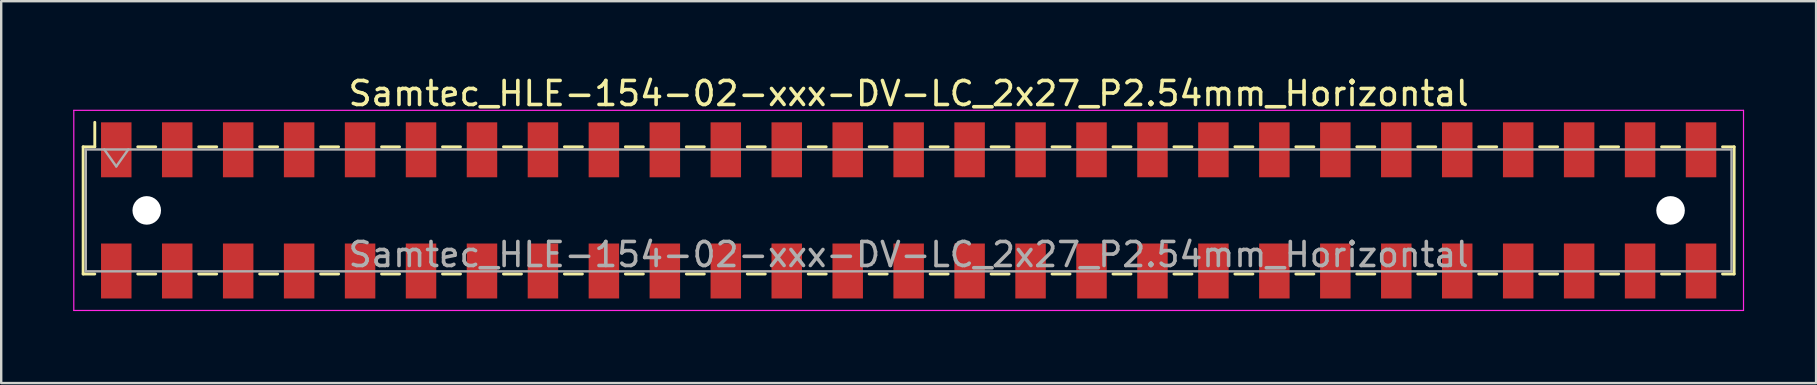
<source format=kicad_pcb>
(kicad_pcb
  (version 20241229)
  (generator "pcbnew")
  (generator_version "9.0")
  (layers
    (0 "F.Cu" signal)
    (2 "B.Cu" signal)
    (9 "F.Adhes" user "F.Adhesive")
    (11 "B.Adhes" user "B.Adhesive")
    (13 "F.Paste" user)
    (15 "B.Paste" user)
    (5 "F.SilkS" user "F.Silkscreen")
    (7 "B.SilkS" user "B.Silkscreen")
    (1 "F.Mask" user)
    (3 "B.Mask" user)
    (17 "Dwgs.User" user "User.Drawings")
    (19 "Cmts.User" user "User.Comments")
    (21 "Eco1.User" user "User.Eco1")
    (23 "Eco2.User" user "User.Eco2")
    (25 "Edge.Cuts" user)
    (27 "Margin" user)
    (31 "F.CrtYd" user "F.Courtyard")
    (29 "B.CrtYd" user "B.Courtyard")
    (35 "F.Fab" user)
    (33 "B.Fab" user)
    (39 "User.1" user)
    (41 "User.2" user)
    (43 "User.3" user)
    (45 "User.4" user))
  (footprint "Samtec_HLE-154-02-xxx-DV-LC_2x27_P2.54mm_Horizontal"
    (layer "F.Cu")
    (at 34.815 5.718)
    (property "Reference" "Samtec_HLE-154-02-xxx-DV-LC_2x27_P2.54mm_Horizontal" (at 0 -4.87 0) (layer "F.SilkS") (effects (font (size 1 1) (thickness 0.15))))
    (attr smd)
    (fp_line (start -34.4 -2.65) (end -34.4 2.65) (stroke (width 0.12) (type solid)) (layer "F.SilkS"))
    (fp_line (start -34.4 2.65) (end -33.915 2.65) (stroke (width 0.12) (type solid)) (layer "F.SilkS"))
    (fp_line (start -33.915 -3.67) (end -33.915 -2.65) (stroke (width 0.12) (type solid)) (layer "F.SilkS"))
    (fp_line (start -33.915 -2.65) (end -34.4 -2.65) (stroke (width 0.12) (type solid)) (layer "F.SilkS"))
    (fp_line (start -32.125 -2.65) (end -31.375 -2.65) (stroke (width 0.12) (type solid)) (layer "F.SilkS"))
    (fp_line (start -32.125 2.65) (end -31.375 2.65) (stroke (width 0.12) (type solid)) (layer "F.SilkS"))
    (fp_line (start -29.585 -2.65) (end -28.835 -2.65) (stroke (width 0.12) (type solid)) (layer "F.SilkS"))
    (fp_line (start -29.585 2.65) (end -28.835 2.65) (stroke (width 0.12) (type solid)) (layer "F.SilkS"))
    (fp_line (start -27.045 -2.65) (end -26.295 -2.65) (stroke (width 0.12) (type solid)) (layer "F.SilkS"))
    (fp_line (start -27.045 2.65) (end -26.295 2.65) (stroke (width 0.12) (type solid)) (layer "F.SilkS"))
    (fp_line (start -24.505 -2.65) (end -23.755 -2.65) (stroke (width 0.12) (type solid)) (layer "F.SilkS"))
    (fp_line (start -24.505 2.65) (end -23.755 2.65) (stroke (width 0.12) (type solid)) (layer "F.SilkS"))
    (fp_line (start -21.965 -2.65) (end -21.215 -2.65) (stroke (width 0.12) (type solid)) (layer "F.SilkS"))
    (fp_line (start -21.965 2.65) (end -21.215 2.65) (stroke (width 0.12) (type solid)) (layer "F.SilkS"))
    (fp_line (start -19.425 -2.65) (end -18.675 -2.65) (stroke (width 0.12) (type solid)) (layer "F.SilkS"))
    (fp_line (start -19.425 2.65) (end -18.675 2.65) (stroke (width 0.12) (type solid)) (layer "F.SilkS"))
    (fp_line (start -16.885 -2.65) (end -16.135 -2.65) (stroke (width 0.12) (type solid)) (layer "F.SilkS"))
    (fp_line (start -16.885 2.65) (end -16.135 2.65) (stroke (width 0.12) (type solid)) (layer "F.SilkS"))
    (fp_line (start -14.345 -2.65) (end -13.595 -2.65) (stroke (width 0.12) (type solid)) (layer "F.SilkS"))
    (fp_line (start -14.345 2.65) (end -13.595 2.65) (stroke (width 0.12) (type solid)) (layer "F.SilkS"))
    (fp_line (start -11.805 -2.65) (end -11.055 -2.65) (stroke (width 0.12) (type solid)) (layer "F.SilkS"))
    (fp_line (start -11.805 2.65) (end -11.055 2.65) (stroke (width 0.12) (type solid)) (layer "F.SilkS"))
    (fp_line (start -9.265 -2.65) (end -8.515 -2.65) (stroke (width 0.12) (type solid)) (layer "F.SilkS"))
    (fp_line (start -9.265 2.65) (end -8.515 2.65) (stroke (width 0.12) (type solid)) (layer "F.SilkS"))
    (fp_line (start -6.725 -2.65) (end -5.975 -2.65) (stroke (width 0.12) (type solid)) (layer "F.SilkS"))
    (fp_line (start -6.725 2.65) (end -5.975 2.65) (stroke (width 0.12) (type solid)) (layer "F.SilkS"))
    (fp_line (start -4.185 -2.65) (end -3.435 -2.65) (stroke (width 0.12) (type solid)) (layer "F.SilkS"))
    (fp_line (start -4.185 2.65) (end -3.435 2.65) (stroke (width 0.12) (type solid)) (layer "F.SilkS"))
    (fp_line (start -1.645 -2.65) (end -0.895 -2.65) (stroke (width 0.12) (type solid)) (layer "F.SilkS"))
    (fp_line (start -1.645 2.65) (end -0.895 2.65) (stroke (width 0.12) (type solid)) (layer "F.SilkS"))
    (fp_line (start 0.895 -2.65) (end 1.645 -2.65) (stroke (width 0.12) (type solid)) (layer "F.SilkS"))
    (fp_line (start 0.895 2.65) (end 1.645 2.65) (stroke (width 0.12) (type solid)) (layer "F.SilkS"))
    (fp_line (start 3.435 -2.65) (end 4.185 -2.65) (stroke (width 0.12) (type solid)) (layer "F.SilkS"))
    (fp_line (start 3.435 2.65) (end 4.185 2.65) (stroke (width 0.12) (type solid)) (layer "F.SilkS"))
    (fp_line (start 5.975 -2.65) (end 6.725 -2.65) (stroke (width 0.12) (type solid)) (layer "F.SilkS"))
    (fp_line (start 5.975 2.65) (end 6.725 2.65) (stroke (width 0.12) (type solid)) (layer "F.SilkS"))
    (fp_line (start 8.515 -2.65) (end 9.265 -2.65) (stroke (width 0.12) (type solid)) (layer "F.SilkS"))
    (fp_line (start 8.515 2.65) (end 9.265 2.65) (stroke (width 0.12) (type solid)) (layer "F.SilkS"))
    (fp_line (start 11.055 -2.65) (end 11.805 -2.65) (stroke (width 0.12) (type solid)) (layer "F.SilkS"))
    (fp_line (start 11.055 2.65) (end 11.805 2.65) (stroke (width 0.12) (type solid)) (layer "F.SilkS"))
    (fp_line (start 13.595 -2.65) (end 14.345 -2.65) (stroke (width 0.12) (type solid)) (layer "F.SilkS"))
    (fp_line (start 13.595 2.65) (end 14.345 2.65) (stroke (width 0.12) (type solid)) (layer "F.SilkS"))
    (fp_line (start 16.135 -2.65) (end 16.885 -2.65) (stroke (width 0.12) (type solid)) (layer "F.SilkS"))
    (fp_line (start 16.135 2.65) (end 16.885 2.65) (stroke (width 0.12) (type solid)) (layer "F.SilkS"))
    (fp_line (start 18.675 -2.65) (end 19.425 -2.65) (stroke (width 0.12) (type solid)) (layer "F.SilkS"))
    (fp_line (start 18.675 2.65) (end 19.425 2.65) (stroke (width 0.12) (type solid)) (layer "F.SilkS"))
    (fp_line (start 21.215 -2.65) (end 21.965 -2.65) (stroke (width 0.12) (type solid)) (layer "F.SilkS"))
    (fp_line (start 21.215 2.65) (end 21.965 2.65) (stroke (width 0.12) (type solid)) (layer "F.SilkS"))
    (fp_line (start 23.755 -2.65) (end 24.505 -2.65) (stroke (width 0.12) (type solid)) (layer "F.SilkS"))
    (fp_line (start 23.755 2.65) (end 24.505 2.65) (stroke (width 0.12) (type solid)) (layer "F.SilkS"))
    (fp_line (start 26.295 -2.65) (end 27.045 -2.65) (stroke (width 0.12) (type solid)) (layer "F.SilkS"))
    (fp_line (start 26.295 2.65) (end 27.045 2.65) (stroke (width 0.12) (type solid)) (layer "F.SilkS"))
    (fp_line (start 28.835 -2.65) (end 29.585 -2.65) (stroke (width 0.12) (type solid)) (layer "F.SilkS"))
    (fp_line (start 28.835 2.65) (end 29.585 2.65) (stroke (width 0.12) (type solid)) (layer "F.SilkS"))
    (fp_line (start 31.375 -2.65) (end 32.125 -2.65) (stroke (width 0.12) (type solid)) (layer "F.SilkS"))
    (fp_line (start 31.375 2.65) (end 32.125 2.65) (stroke (width 0.12) (type solid)) (layer "F.SilkS"))
    (fp_line (start 33.915 -2.65) (end 34.4 -2.65) (stroke (width 0.12) (type solid)) (layer "F.SilkS"))
    (fp_line (start 34.4 -2.65) (end 34.4 2.65) (stroke (width 0.12) (type solid)) (layer "F.SilkS"))
    (fp_line (start 34.4 2.65) (end 33.915 2.65) (stroke (width 0.12) (type solid)) (layer "F.SilkS"))
    (fp_line (start -34.79 -4.17) (end 34.79 -4.17) (stroke (width 0.05) (type solid)) (layer "F.CrtYd"))
    (fp_line (start -34.79 4.17) (end -34.79 -4.17) (stroke (width 0.05) (type solid)) (layer "F.CrtYd"))
    (fp_line (start 34.79 -4.17) (end 34.79 4.17) (stroke (width 0.05) (type solid)) (layer "F.CrtYd"))
    (fp_line (start 34.79 4.17) (end -34.79 4.17) (stroke (width 0.05) (type solid)) (layer "F.CrtYd"))
    (fp_line (start -34.29 -2.54) (end 34.29 -2.54) (stroke (width 0.1) (type solid)) (layer "F.Fab"))
    (fp_line (start -34.29 2.54) (end -34.29 -2.54) (stroke (width 0.1) (type solid)) (layer "F.Fab"))
    (fp_line (start -33.52 -2.54) (end -33.02 -1.833) (stroke (width 0.1) (type solid)) (layer "F.Fab"))
    (fp_line (start -33.02 -1.833) (end -32.52 -2.54) (stroke (width 0.1) (type solid)) (layer "F.Fab"))
    (fp_line (start 34.29 -2.54) (end 34.29 2.54) (stroke (width 0.1) (type solid)) (layer "F.Fab"))
    (fp_line (start 34.29 2.54) (end -34.29 2.54) (stroke (width 0.1) (type solid)) (layer "F.Fab"))
    (fp_text user "${REFERENCE}" (at 0 1.84 0) (layer "F.Fab") (effects (font (size 1 1) (thickness 0.15))))
    (pad "" np_thru_hole circle (at -31.75 0) (size 1.19 1.19) (drill 1.19) (layers "*.Cu" "*.Mask"))
    (pad "" np_thru_hole circle (at 31.75 0) (size 1.19 1.19) (drill 1.19) (layers "*.Cu" "*.Mask"))
    (pad "1" smd rect (at -33.02 -2.525) (size 1.27 2.29) (layers "F.Cu" "F.Mask" "F.Paste"))
    (pad "2" smd rect (at -33.02 2.525) (size 1.27 2.29) (layers "F.Cu" "F.Mask" "F.Paste"))
    (pad "3" smd rect (at -30.48 -2.525) (size 1.27 2.29) (layers "F.Cu" "F.Mask" "F.Paste"))
    (pad "4" smd rect (at -30.48 2.525) (size 1.27 2.29) (layers "F.Cu" "F.Mask" "F.Paste"))
    (pad "5" smd rect (at -27.94 -2.525) (size 1.27 2.29) (layers "F.Cu" "F.Mask" "F.Paste"))
    (pad "6" smd rect (at -27.94 2.525) (size 1.27 2.29) (layers "F.Cu" "F.Mask" "F.Paste"))
    (pad "7" smd rect (at -25.4 -2.525) (size 1.27 2.29) (layers "F.Cu" "F.Mask" "F.Paste"))
    (pad "8" smd rect (at -25.4 2.525) (size 1.27 2.29) (layers "F.Cu" "F.Mask" "F.Paste"))
    (pad "9" smd rect (at -22.86 -2.525) (size 1.27 2.29) (layers "F.Cu" "F.Mask" "F.Paste"))
    (pad "10" smd rect (at -22.86 2.525) (size 1.27 2.29) (layers "F.Cu" "F.Mask" "F.Paste"))
    (pad "11" smd rect (at -20.32 -2.525) (size 1.27 2.29) (layers "F.Cu" "F.Mask" "F.Paste"))
    (pad "12" smd rect (at -20.32 2.525) (size 1.27 2.29) (layers "F.Cu" "F.Mask" "F.Paste"))
    (pad "13" smd rect (at -17.78 -2.525) (size 1.27 2.29) (layers "F.Cu" "F.Mask" "F.Paste"))
    (pad "14" smd rect (at -17.78 2.525) (size 1.27 2.29) (layers "F.Cu" "F.Mask" "F.Paste"))
    (pad "15" smd rect (at -15.24 -2.525) (size 1.27 2.29) (layers "F.Cu" "F.Mask" "F.Paste"))
    (pad "16" smd rect (at -15.24 2.525) (size 1.27 2.29) (layers "F.Cu" "F.Mask" "F.Paste"))
    (pad "17" smd rect (at -12.7 -2.525) (size 1.27 2.29) (layers "F.Cu" "F.Mask" "F.Paste"))
    (pad "18" smd rect (at -12.7 2.525) (size 1.27 2.29) (layers "F.Cu" "F.Mask" "F.Paste"))
    (pad "19" smd rect (at -10.16 -2.525) (size 1.27 2.29) (layers "F.Cu" "F.Mask" "F.Paste"))
    (pad "20" smd rect (at -10.16 2.525) (size 1.27 2.29) (layers "F.Cu" "F.Mask" "F.Paste"))
    (pad "21" smd rect (at -7.62 -2.525) (size 1.27 2.29) (layers "F.Cu" "F.Mask" "F.Paste"))
    (pad "22" smd rect (at -7.62 2.525) (size 1.27 2.29) (layers "F.Cu" "F.Mask" "F.Paste"))
    (pad "23" smd rect (at -5.08 -2.525) (size 1.27 2.29) (layers "F.Cu" "F.Mask" "F.Paste"))
    (pad "24" smd rect (at -5.08 2.525) (size 1.27 2.29) (layers "F.Cu" "F.Mask" "F.Paste"))
    (pad "25" smd rect (at -2.54 -2.525) (size 1.27 2.29) (layers "F.Cu" "F.Mask" "F.Paste"))
    (pad "26" smd rect (at -2.54 2.525) (size 1.27 2.29) (layers "F.Cu" "F.Mask" "F.Paste"))
    (pad "27" smd rect (at 0 -2.525) (size 1.27 2.29) (layers "F.Cu" "F.Mask" "F.Paste"))
    (pad "28" smd rect (at 0 2.525) (size 1.27 2.29) (layers "F.Cu" "F.Mask" "F.Paste"))
    (pad "29" smd rect (at 2.54 -2.525) (size 1.27 2.29) (layers "F.Cu" "F.Mask" "F.Paste"))
    (pad "30" smd rect (at 2.54 2.525) (size 1.27 2.29) (layers "F.Cu" "F.Mask" "F.Paste"))
    (pad "31" smd rect (at 5.08 -2.525) (size 1.27 2.29) (layers "F.Cu" "F.Mask" "F.Paste"))
    (pad "32" smd rect (at 5.08 2.525) (size 1.27 2.29) (layers "F.Cu" "F.Mask" "F.Paste"))
    (pad "33" smd rect (at 7.62 -2.525) (size 1.27 2.29) (layers "F.Cu" "F.Mask" "F.Paste"))
    (pad "34" smd rect (at 7.62 2.525) (size 1.27 2.29) (layers "F.Cu" "F.Mask" "F.Paste"))
    (pad "35" smd rect (at 10.16 -2.525) (size 1.27 2.29) (layers "F.Cu" "F.Mask" "F.Paste"))
    (pad "36" smd rect (at 10.16 2.525) (size 1.27 2.29) (layers "F.Cu" "F.Mask" "F.Paste"))
    (pad "37" smd rect (at 12.7 -2.525) (size 1.27 2.29) (layers "F.Cu" "F.Mask" "F.Paste"))
    (pad "38" smd rect (at 12.7 2.525) (size 1.27 2.29) (layers "F.Cu" "F.Mask" "F.Paste"))
    (pad "39" smd rect (at 15.24 -2.525) (size 1.27 2.29) (layers "F.Cu" "F.Mask" "F.Paste"))
    (pad "40" smd rect (at 15.24 2.525) (size 1.27 2.29) (layers "F.Cu" "F.Mask" "F.Paste"))
    (pad "41" smd rect (at 17.78 -2.525) (size 1.27 2.29) (layers "F.Cu" "F.Mask" "F.Paste"))
    (pad "42" smd rect (at 17.78 2.525) (size 1.27 2.29) (layers "F.Cu" "F.Mask" "F.Paste"))
    (pad "43" smd rect (at 20.32 -2.525) (size 1.27 2.29) (layers "F.Cu" "F.Mask" "F.Paste"))
    (pad "44" smd rect (at 20.32 2.525) (size 1.27 2.29) (layers "F.Cu" "F.Mask" "F.Paste"))
    (pad "45" smd rect (at 22.86 -2.525) (size 1.27 2.29) (layers "F.Cu" "F.Mask" "F.Paste"))
    (pad "46" smd rect (at 22.86 2.525) (size 1.27 2.29) (layers "F.Cu" "F.Mask" "F.Paste"))
    (pad "47" smd rect (at 25.4 -2.525) (size 1.27 2.29) (layers "F.Cu" "F.Mask" "F.Paste"))
    (pad "48" smd rect (at 25.4 2.525) (size 1.27 2.29) (layers "F.Cu" "F.Mask" "F.Paste"))
    (pad "49" smd rect (at 27.94 -2.525) (size 1.27 2.29) (layers "F.Cu" "F.Mask" "F.Paste"))
    (pad "50" smd rect (at 27.94 2.525) (size 1.27 2.29) (layers "F.Cu" "F.Mask" "F.Paste"))
    (pad "51" smd rect (at 30.48 -2.525) (size 1.27 2.29) (layers "F.Cu" "F.Mask" "F.Paste"))
    (pad "52" smd rect (at 30.48 2.525) (size 1.27 2.29) (layers "F.Cu" "F.Mask" "F.Paste"))
    (pad "53" smd rect (at 33.02 -2.525) (size 1.27 2.29) (layers "F.Cu" "F.Mask" "F.Paste"))
    (pad "54" smd rect (at 33.02 2.525) (size 1.27 2.29) (layers "F.Cu" "F.Mask" "F.Paste")))
  (gr_rect
    (start -3 -3)
    (end 72.63 12.913)
    (stroke (width 0.1) (type default))
    (fill no)
    (layer "Edge.Cuts")))
</source>
